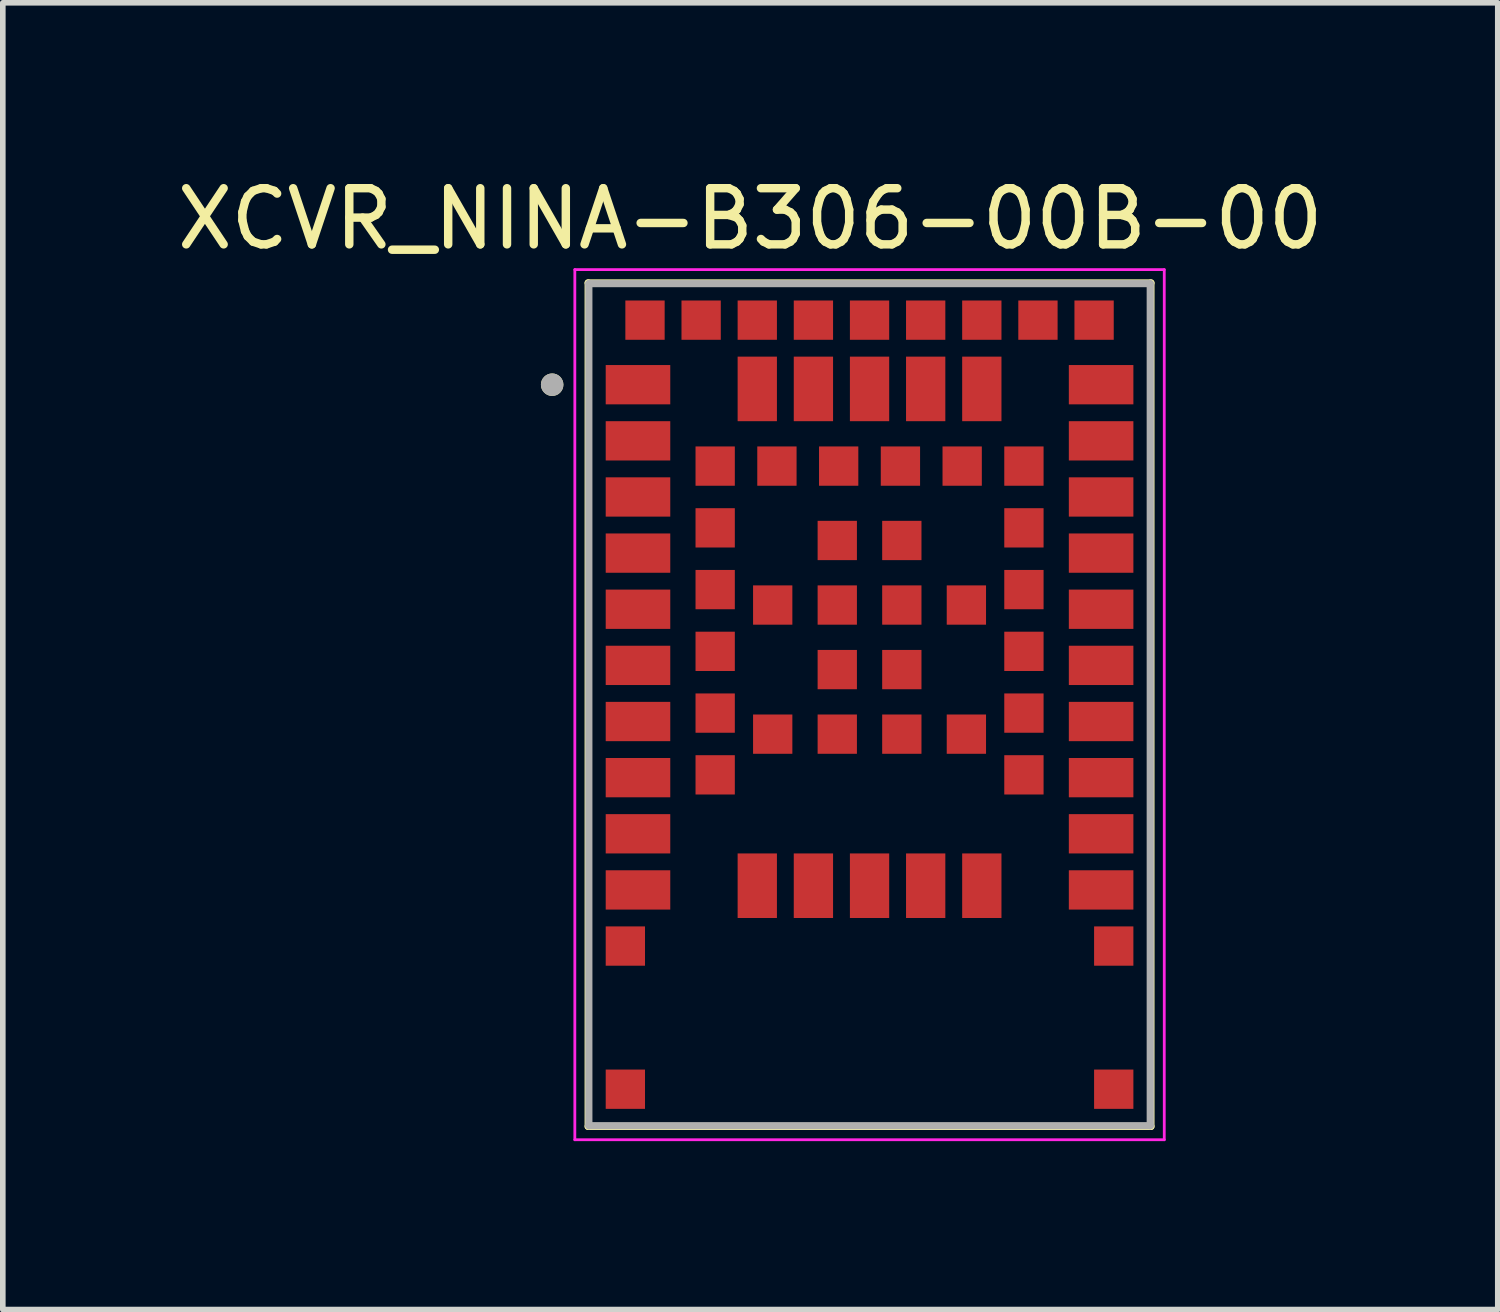
<source format=kicad_pcb>
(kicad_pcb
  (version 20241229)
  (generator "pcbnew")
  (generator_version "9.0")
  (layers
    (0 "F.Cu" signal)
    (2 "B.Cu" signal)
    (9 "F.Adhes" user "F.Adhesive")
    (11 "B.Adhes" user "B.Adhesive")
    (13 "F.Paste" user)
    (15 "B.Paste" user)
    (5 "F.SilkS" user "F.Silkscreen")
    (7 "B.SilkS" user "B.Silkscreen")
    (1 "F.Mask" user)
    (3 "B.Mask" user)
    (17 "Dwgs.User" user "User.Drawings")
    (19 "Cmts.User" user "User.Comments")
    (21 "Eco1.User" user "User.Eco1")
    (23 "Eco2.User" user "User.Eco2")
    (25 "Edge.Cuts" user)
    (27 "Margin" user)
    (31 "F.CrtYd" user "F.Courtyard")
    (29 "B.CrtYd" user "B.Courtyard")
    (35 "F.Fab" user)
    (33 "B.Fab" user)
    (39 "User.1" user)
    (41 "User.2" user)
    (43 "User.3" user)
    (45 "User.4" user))
  (footprint "XCVR_NINA-B306-00B-00"
    (layer "F.Cu")
    (at 12.44 9.503)
    (property "Reference" "XCVR_NINA-B306-00B-00" (at -2.125 -8.655 0) (layer "F.SilkS") (effects (font (size 1 1) (thickness 0.15))))
    (attr through_hole)
    (fp_line (start -5.013 -7.513) (end 5.013 -7.513) (stroke (width 0.127) (type solid)) (layer "F.SilkS"))
    (fp_line (start -5.013 7.513) (end -5.013 -7.513) (stroke (width 0.127) (type solid)) (layer "F.SilkS"))
    (fp_line (start 5.013 -7.513) (end 5.013 7.513) (stroke (width 0.127) (type solid)) (layer "F.SilkS"))
    (fp_line (start 5.013 7.513) (end -5.013 7.513) (stroke (width 0.127) (type solid)) (layer "F.SilkS"))
    (fp_circle (center -5.654 -5.7) (end -5.554 -5.7) (stroke (width 0.2) (type solid)) (fill no) (layer "F.SilkS"))
    (fp_line (start -5.25 -7.75) (end 5.25 -7.75) (stroke (width 0.05) (type solid)) (layer "F.CrtYd"))
    (fp_line (start -5.25 7.75) (end -5.25 -7.75) (stroke (width 0.05) (type solid)) (layer "F.CrtYd"))
    (fp_line (start 5.25 -7.75) (end 5.25 7.75) (stroke (width 0.05) (type solid)) (layer "F.CrtYd"))
    (fp_line (start 5.25 7.75) (end -5.25 7.75) (stroke (width 0.05) (type solid)) (layer "F.CrtYd"))
    (fp_line (start -5 -7.5) (end 5 -7.5) (stroke (width 0.127) (type solid)) (layer "F.Fab"))
    (fp_line (start -5 7.5) (end -5 -7.5) (stroke (width 0.127) (type solid)) (layer "F.Fab"))
    (fp_line (start 5 -7.5) (end 5 7.5) (stroke (width 0.127) (type solid)) (layer "F.Fab"))
    (fp_line (start 5 7.5) (end -5 7.5) (stroke (width 0.127) (type solid)) (layer "F.Fab"))
    (fp_circle (center -5.654 -5.7) (end -5.554 -5.7) (stroke (width 0.2) (type solid)) (fill no) (layer "F.Fab"))
    (pad "1" smd rect (at -4.125 -5.7) (size 1.15 0.7) (layers "F.Cu" "F.Mask" "F.Paste"))
    (pad "2" smd rect (at -4.125 -4.7) (size 1.15 0.7) (layers "F.Cu" "F.Mask" "F.Paste"))
    (pad "3" smd rect (at -4.125 -3.7) (size 1.15 0.7) (layers "F.Cu" "F.Mask" "F.Paste"))
    (pad "4" smd rect (at -4.125 -2.7) (size 1.15 0.7) (layers "F.Cu" "F.Mask" "F.Paste"))
    (pad "5" smd rect (at -4.125 -1.7) (size 1.15 0.7) (layers "F.Cu" "F.Mask" "F.Paste"))
    (pad "6" smd rect (at -4.125 -0.7) (size 1.15 0.7) (layers "F.Cu" "F.Mask" "F.Paste"))
    (pad "7" smd rect (at -4.125 0.3) (size 1.15 0.7) (layers "F.Cu" "F.Mask" "F.Paste"))
    (pad "8" smd rect (at -4.125 1.3) (size 1.15 0.7) (layers "F.Cu" "F.Mask" "F.Paste"))
    (pad "9" smd rect (at -4.125 2.3) (size 1.15 0.7) (layers "F.Cu" "F.Mask" "F.Paste"))
    (pad "10" smd rect (at -4.125 3.3) (size 1.15 0.7) (layers "F.Cu" "F.Mask" "F.Paste"))
    (pad "11" smd rect (at -2 3.225 90) (size 1.15 0.7) (layers "F.Cu" "F.Mask" "F.Paste"))
    (pad "12" smd rect (at -1 3.225 90) (size 1.15 0.7) (layers "F.Cu" "F.Mask" "F.Paste"))
    (pad "13" smd rect (at 0 3.225 90) (size 1.15 0.7) (layers "F.Cu" "F.Mask" "F.Paste"))
    (pad "14" smd rect (at 1 3.225 90) (size 1.15 0.7) (layers "F.Cu" "F.Mask" "F.Paste"))
    (pad "15" smd rect (at 2 3.225 90) (size 1.15 0.7) (layers "F.Cu" "F.Mask" "F.Paste"))
    (pad "16" smd rect (at 4.125 3.3) (size 1.15 0.7) (layers "F.Cu" "F.Mask" "F.Paste"))
    (pad "17" smd rect (at 4.125 2.3) (size 1.15 0.7) (layers "F.Cu" "F.Mask" "F.Paste"))
    (pad "18" smd rect (at 4.125 1.3) (size 1.15 0.7) (layers "F.Cu" "F.Mask" "F.Paste"))
    (pad "19" smd rect (at 4.125 0.3) (size 1.15 0.7) (layers "F.Cu" "F.Mask" "F.Paste"))
    (pad "20" smd rect (at 4.125 -0.7) (size 1.15 0.7) (layers "F.Cu" "F.Mask" "F.Paste"))
    (pad "21" smd rect (at 4.125 -1.7) (size 1.15 0.7) (layers "F.Cu" "F.Mask" "F.Paste"))
    (pad "22" smd rect (at 4.125 -2.7) (size 1.15 0.7) (layers "F.Cu" "F.Mask" "F.Paste"))
    (pad "23" smd rect (at 4.125 -3.7) (size 1.15 0.7) (layers "F.Cu" "F.Mask" "F.Paste"))
    (pad "24" smd rect (at 4.125 -4.7) (size 1.15 0.7) (layers "F.Cu" "F.Mask" "F.Paste"))
    (pad "25" smd rect (at 4.125 -5.7) (size 1.15 0.7) (layers "F.Cu" "F.Mask" "F.Paste"))
    (pad "26" smd rect (at 2 -5.625) (size 0.7 1.15) (layers "F.Cu" "F.Mask" "F.Paste"))
    (pad "27" smd rect (at 1 -5.625) (size 0.7 1.15) (layers "F.Cu" "F.Mask" "F.Paste"))
    (pad "28" smd rect (at 0 -5.625) (size 0.7 1.15) (layers "F.Cu" "F.Mask" "F.Paste"))
    (pad "29" smd rect (at -1 -5.625) (size 0.7 1.15) (layers "F.Cu" "F.Mask" "F.Paste"))
    (pad "30" smd rect (at -2 -5.625) (size 0.7 1.15) (layers "F.Cu" "F.Mask" "F.Paste"))
    (pad "31" smd rect (at -2.75 -4.25) (size 0.7 0.7) (layers "F.Cu" "F.Mask" "F.Paste"))
    (pad "32" smd rect (at -2.75 -3.15) (size 0.7 0.7) (layers "F.Cu" "F.Mask" "F.Paste"))
    (pad "33" smd rect (at -2.75 -2.05) (size 0.7 0.7) (layers "F.Cu" "F.Mask" "F.Paste"))
    (pad "34" smd rect (at -2.75 -0.95) (size 0.7 0.7) (layers "F.Cu" "F.Mask" "F.Paste"))
    (pad "35" smd rect (at -2.75 0.15) (size 0.7 0.7) (layers "F.Cu" "F.Mask" "F.Paste"))
    (pad "36" smd rect (at -2.75 1.25) (size 0.7 0.7) (layers "F.Cu" "F.Mask" "F.Paste"))
    (pad "37" smd rect (at 2.75 1.25) (size 0.7 0.7) (layers "F.Cu" "F.Mask" "F.Paste"))
    (pad "38" smd rect (at 2.75 0.15) (size 0.7 0.7) (layers "F.Cu" "F.Mask" "F.Paste"))
    (pad "39" smd rect (at 2.75 -0.95) (size 0.7 0.7) (layers "F.Cu" "F.Mask" "F.Paste"))
    (pad "40" smd rect (at 2.75 -2.05) (size 0.7 0.7) (layers "F.Cu" "F.Mask" "F.Paste"))
    (pad "41" smd rect (at 2.75 -3.15) (size 0.7 0.7) (layers "F.Cu" "F.Mask" "F.Paste"))
    (pad "42" smd rect (at 2.75 -4.25) (size 0.7 0.7) (layers "F.Cu" "F.Mask" "F.Paste"))
    (pad "43" smd rect (at 1.65 -4.25) (size 0.7 0.7) (layers "F.Cu" "F.Mask" "F.Paste"))
    (pad "44" smd rect (at 0.55 -4.25) (size 0.7 0.7) (layers "F.Cu" "F.Mask" "F.Paste"))
    (pad "45" smd rect (at -0.55 -4.25) (size 0.7 0.7) (layers "F.Cu" "F.Mask" "F.Paste"))
    (pad "46" smd rect (at -1.65 -4.25) (size 0.7 0.7) (layers "F.Cu" "F.Mask" "F.Paste"))
    (pad "47" smd rect (at 4 -6.85) (size 0.7 0.7) (layers "F.Cu" "F.Mask" "F.Paste"))
    (pad "48" smd rect (at 3 -6.85) (size 0.7 0.7) (layers "F.Cu" "F.Mask" "F.Paste"))
    (pad "49" smd rect (at 2 -6.85) (size 0.7 0.7) (layers "F.Cu" "F.Mask" "F.Paste"))
    (pad "50" smd rect (at 1 -6.85) (size 0.7 0.7) (layers "F.Cu" "F.Mask" "F.Paste"))
    (pad "51" smd rect (at 0 -6.85) (size 0.7 0.7) (layers "F.Cu" "F.Mask" "F.Paste"))
    (pad "52" smd rect (at -1 -6.85) (size 0.7 0.7) (layers "F.Cu" "F.Mask" "F.Paste"))
    (pad "53" smd rect (at -2 -6.85) (size 0.7 0.7) (layers "F.Cu" "F.Mask" "F.Paste"))
    (pad "54" smd rect (at -3 -6.85) (size 0.7 0.7) (layers "F.Cu" "F.Mask" "F.Paste"))
    (pad "55" smd rect (at -4 -6.85) (size 0.7 0.7) (layers "F.Cu" "F.Mask" "F.Paste"))
    (pad "EAGP1" smd rect (at -4.35 4.3) (size 0.7 0.7) (layers "F.Cu" "F.Mask" "F.Paste"))
    (pad "EAGP2" smd rect (at 4.35 4.3) (size 0.7 0.7) (layers "F.Cu" "F.Mask" "F.Paste"))
    (pad "EAGP3" smd rect (at -4.35 6.85) (size 0.7 0.7) (layers "F.Cu" "F.Mask" "F.Paste"))
    (pad "EAGP4" smd rect (at 4.35 6.85) (size 0.7 0.7) (layers "F.Cu" "F.Mask" "F.Paste"))
    (pad "EGP1" smd rect (at -0.575 -2.925) (size 0.7 0.7) (layers "F.Cu" "F.Mask" "F.Paste"))
    (pad "EGP2" smd rect (at 0.575 -2.925) (size 0.7 0.7) (layers "F.Cu" "F.Mask" "F.Paste"))
    (pad "EGP3" smd rect (at -1.725 -1.775) (size 0.7 0.7) (layers "F.Cu" "F.Mask" "F.Paste"))
    (pad "EGP4" smd rect (at -0.575 -1.775) (size 0.7 0.7) (layers "F.Cu" "F.Mask" "F.Paste"))
    (pad "EGP5" smd rect (at 0.575 -1.775) (size 0.7 0.7) (layers "F.Cu" "F.Mask" "F.Paste"))
    (pad "EGP6" smd rect (at 1.725 -1.775) (size 0.7 0.7) (layers "F.Cu" "F.Mask" "F.Paste"))
    (pad "EGP7" smd rect (at -0.575 -0.625) (size 0.7 0.7) (layers "F.Cu" "F.Mask" "F.Paste"))
    (pad "EGP8" smd rect (at 0.575 -0.625) (size 0.7 0.7) (layers "F.Cu" "F.Mask" "F.Paste"))
    (pad "EGP9" smd rect (at -1.725 0.525) (size 0.7 0.7) (layers "F.Cu" "F.Mask" "F.Paste"))
    (pad "EGP10" smd rect (at -0.575 0.525) (size 0.7 0.7) (layers "F.Cu" "F.Mask" "F.Paste"))
    (pad "EGP11" smd rect (at 0.575 0.525) (size 0.7 0.7) (layers "F.Cu" "F.Mask" "F.Paste"))
    (pad "EGP12" smd rect (at 1.725 0.525) (size 0.7 0.7) (layers "F.Cu" "F.Mask" "F.Paste")))
  (gr_rect
    (start -3 -3)
    (end 23.631 20.278)
    (stroke (width 0.1) (type default))
    (fill no)
    (layer "Edge.Cuts")))
</source>
